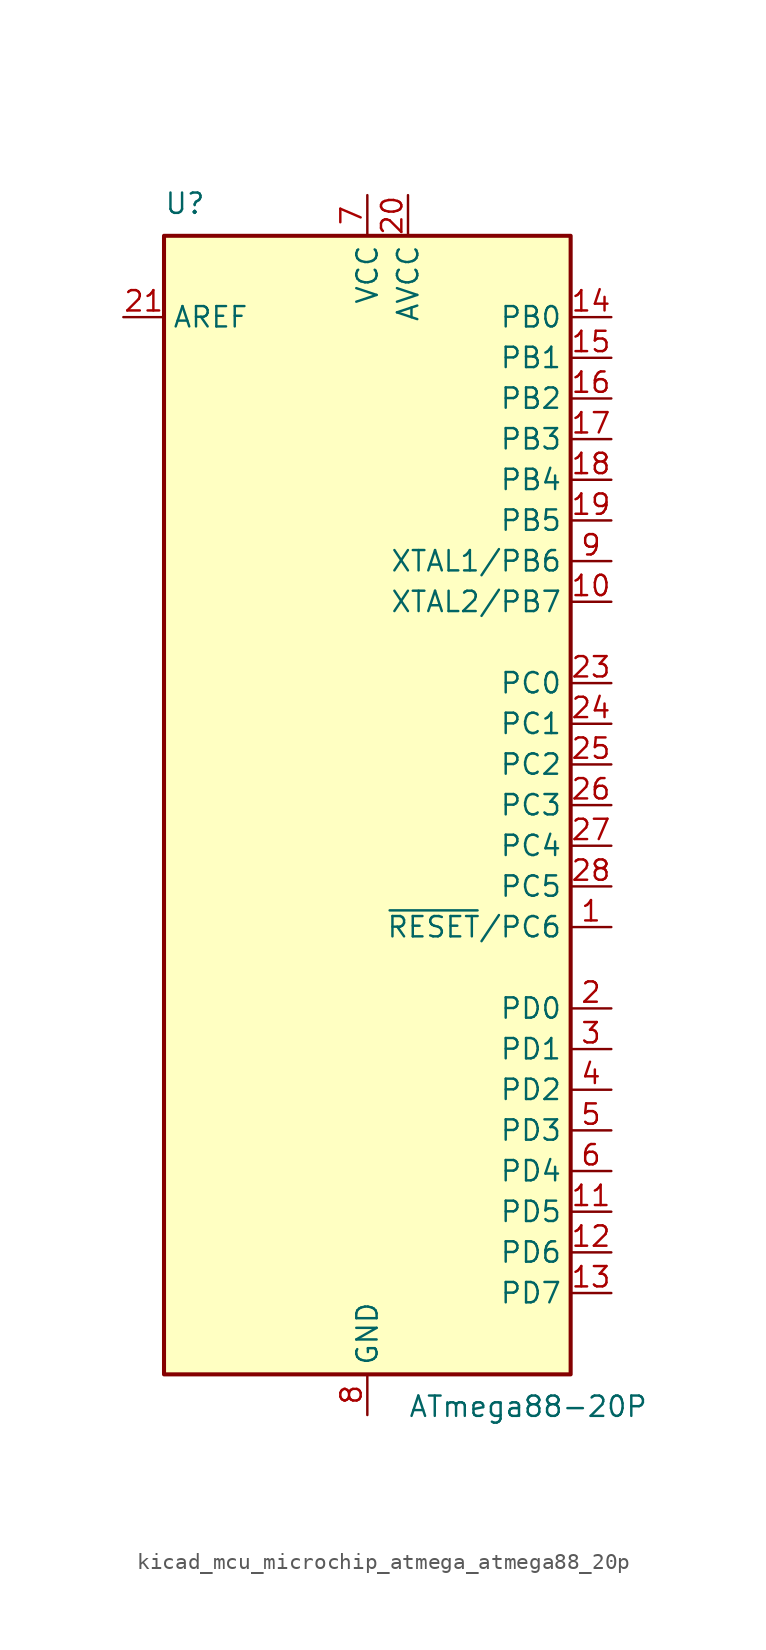
<source format=kicad_sym>
(kicad_symbol_lib
  (version 20220914)
  (generator kicad_symbol_editor)
  (symbol "kicad_mcu_microchip_atmega_atmega88_20p"
    (property "Reference" "U"
      (at -12.7 36.83 0)
      (effects (font (size 1.27 1.27)) (justify left bottom)))
    (property "Value" "ATmega88-20P"
      (at 2.54 -36.83 0)
      (effects (font (size 1.27 1.27)) (justify left top)))
    (symbol "kicad_mcu_microchip_atmega_atmega88_20p_0_1"
      (rectangle (start -12.7 -35.56) (end 12.7 35.56) (stroke (width 0.254) (type default)) (fill (type background))))
    (symbol "kicad_mcu_microchip_atmega_atmega88_20p_1_1"
      (pin bidirectional line (at 15.24 -7.62 180) (length 2.54) (name "~{RESET}/PC6" (effects (font (size 1.27 1.27)))) (number "1" (effects (font (size 1.27 1.27)))))
      (pin bidirectional line (at 15.24 12.7 180) (length 2.54) (name "XTAL2/PB7" (effects (font (size 1.27 1.27)))) (number "10" (effects (font (size 1.27 1.27)))))
      (pin bidirectional line (at 15.24 -25.4 180) (length 2.54) (name "PD5" (effects (font (size 1.27 1.27)))) (number "11" (effects (font (size 1.27 1.27)))))
      (pin bidirectional line (at 15.24 -27.94 180) (length 2.54) (name "PD6" (effects (font (size 1.27 1.27)))) (number "12" (effects (font (size 1.27 1.27)))))
      (pin bidirectional line (at 15.24 -30.48 180) (length 2.54) (name "PD7" (effects (font (size 1.27 1.27)))) (number "13" (effects (font (size 1.27 1.27)))))
      (pin bidirectional line (at 15.24 30.48 180) (length 2.54) (name "PB0" (effects (font (size 1.27 1.27)))) (number "14" (effects (font (size 1.27 1.27)))))
      (pin bidirectional line (at 15.24 27.94 180) (length 2.54) (name "PB1" (effects (font (size 1.27 1.27)))) (number "15" (effects (font (size 1.27 1.27)))))
      (pin bidirectional line (at 15.24 25.4 180) (length 2.54) (name "PB2" (effects (font (size 1.27 1.27)))) (number "16" (effects (font (size 1.27 1.27)))))
      (pin bidirectional line (at 15.24 22.86 180) (length 2.54) (name "PB3" (effects (font (size 1.27 1.27)))) (number "17" (effects (font (size 1.27 1.27)))))
      (pin bidirectional line (at 15.24 20.32 180) (length 2.54) (name "PB4" (effects (font (size 1.27 1.27)))) (number "18" (effects (font (size 1.27 1.27)))))
      (pin bidirectional line (at 15.24 17.78 180) (length 2.54) (name "PB5" (effects (font (size 1.27 1.27)))) (number "19" (effects (font (size 1.27 1.27)))))
      (pin bidirectional line (at 15.24 -12.7 180) (length 2.54) (name "PD0" (effects (font (size 1.27 1.27)))) (number "2" (effects (font (size 1.27 1.27)))))
      (pin power_in line (at 2.54 38.1 270) (length 2.54) (name "AVCC" (effects (font (size 1.27 1.27)))) (number "20" (effects (font (size 1.27 1.27)))))
      (pin passive line (at -15.24 30.48 0) (length 2.54) (name "AREF" (effects (font (size 1.27 1.27)))) (number "21" (effects (font (size 1.27 1.27)))))
      (pin passive line (at 0 -38.1 90) (length 2.54) hide (name "GND" (effects (font (size 1.27 1.27)))) (number "22" (effects (font (size 1.27 1.27)))))
      (pin bidirectional line (at 15.24 7.62 180) (length 2.54) (name "PC0" (effects (font (size 1.27 1.27)))) (number "23" (effects (font (size 1.27 1.27)))))
      (pin bidirectional line (at 15.24 5.08 180) (length 2.54) (name "PC1" (effects (font (size 1.27 1.27)))) (number "24" (effects (font (size 1.27 1.27)))))
      (pin bidirectional line (at 15.24 2.54 180) (length 2.54) (name "PC2" (effects (font (size 1.27 1.27)))) (number "25" (effects (font (size 1.27 1.27)))))
      (pin bidirectional line (at 15.24 0 180) (length 2.54) (name "PC3" (effects (font (size 1.27 1.27)))) (number "26" (effects (font (size 1.27 1.27)))))
      (pin bidirectional line (at 15.24 -2.54 180) (length 2.54) (name "PC4" (effects (font (size 1.27 1.27)))) (number "27" (effects (font (size 1.27 1.27)))))
      (pin bidirectional line (at 15.24 -5.08 180) (length 2.54) (name "PC5" (effects (font (size 1.27 1.27)))) (number "28" (effects (font (size 1.27 1.27)))))
      (pin bidirectional line (at 15.24 -15.24 180) (length 2.54) (name "PD1" (effects (font (size 1.27 1.27)))) (number "3" (effects (font (size 1.27 1.27)))))
      (pin bidirectional line (at 15.24 -17.78 180) (length 2.54) (name "PD2" (effects (font (size 1.27 1.27)))) (number "4" (effects (font (size 1.27 1.27)))))
      (pin bidirectional line (at 15.24 -20.32 180) (length 2.54) (name "PD3" (effects (font (size 1.27 1.27)))) (number "5" (effects (font (size 1.27 1.27)))))
      (pin bidirectional line (at 15.24 -22.86 180) (length 2.54) (name "PD4" (effects (font (size 1.27 1.27)))) (number "6" (effects (font (size 1.27 1.27)))))
      (pin power_in line (at 0 38.1 270) (length 2.54) (name "VCC" (effects (font (size 1.27 1.27)))) (number "7" (effects (font (size 1.27 1.27)))))
      (pin power_in line (at 0 -38.1 90) (length 2.54) (name "GND" (effects (font (size 1.27 1.27)))) (number "8" (effects (font (size 1.27 1.27)))))
      (pin bidirectional line (at 15.24 15.24 180) (length 2.54) (name "XTAL1/PB6" (effects (font (size 1.27 1.27)))) (number "9" (effects (font (size 1.27 1.27))))))))
</source>
